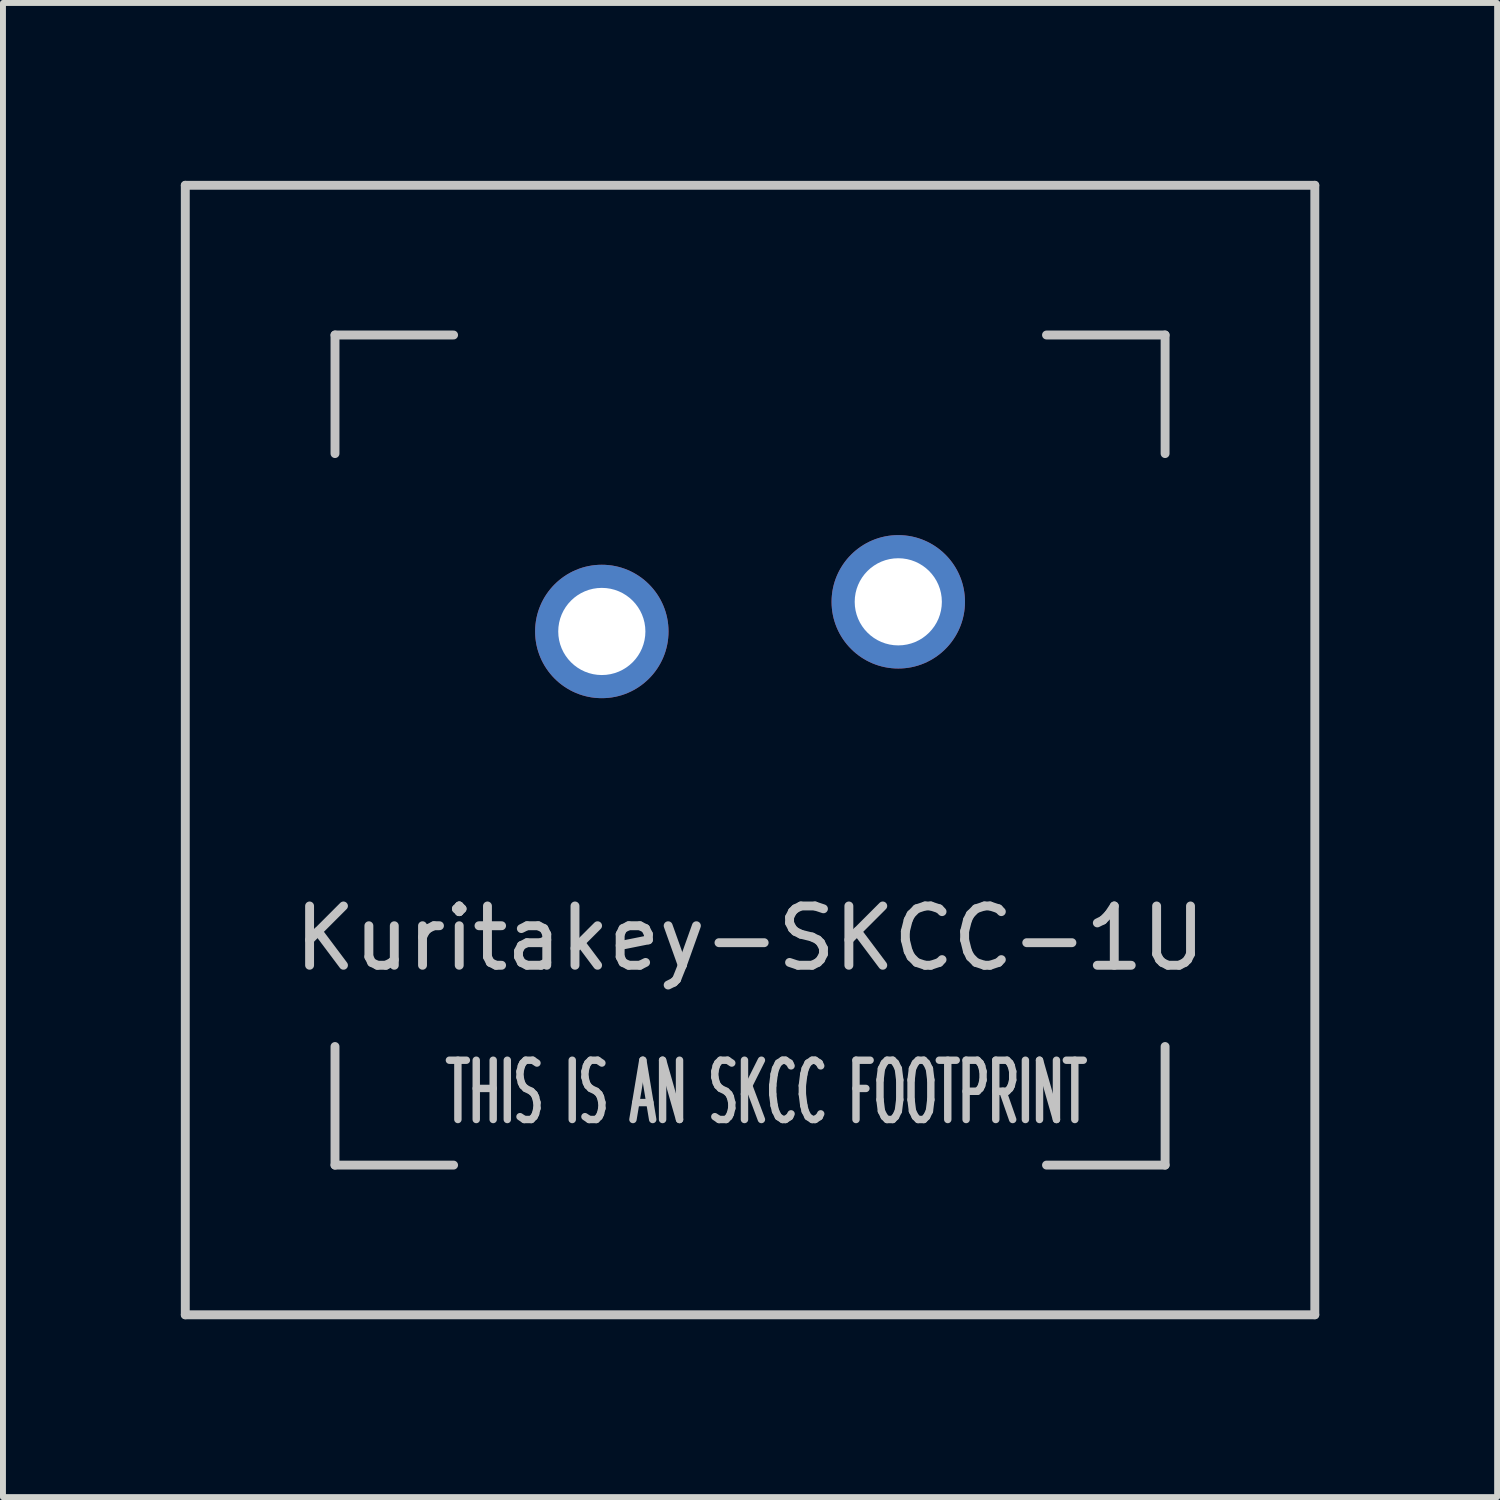
<source format=kicad_pcb>
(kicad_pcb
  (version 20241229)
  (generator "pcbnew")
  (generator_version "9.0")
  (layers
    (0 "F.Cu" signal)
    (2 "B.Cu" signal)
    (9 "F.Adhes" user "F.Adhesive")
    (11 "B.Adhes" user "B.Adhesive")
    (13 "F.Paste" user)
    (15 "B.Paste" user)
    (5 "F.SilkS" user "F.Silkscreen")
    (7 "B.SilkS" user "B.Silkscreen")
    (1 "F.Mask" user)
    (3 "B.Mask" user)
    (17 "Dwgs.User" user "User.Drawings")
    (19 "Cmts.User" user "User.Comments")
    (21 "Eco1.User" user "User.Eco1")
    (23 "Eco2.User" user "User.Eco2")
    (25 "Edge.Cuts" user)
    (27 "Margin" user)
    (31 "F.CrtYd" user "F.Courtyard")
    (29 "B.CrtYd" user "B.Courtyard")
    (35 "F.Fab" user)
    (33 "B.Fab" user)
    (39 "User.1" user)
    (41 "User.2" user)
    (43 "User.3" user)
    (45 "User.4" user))
  (footprint "Kuritakey-SKCC-1U"
    (layer "F.Cu")
    (at 9.6 9.6)
    (property "Reference" "Kuritakey-SKCC-1U" (at 0 3.175 0) (layer "Dwgs.User") (effects (font (size 1 1) (thickness 0.15))))
    (attr through_hole)
    (fp_line (start -9.525 -9.525) (end 9.525 -9.525) (stroke (width 0.15) (type solid)) (layer "Dwgs.User"))
    (fp_line (start -9.525 9.525) (end -9.525 -9.525) (stroke (width 0.15) (type solid)) (layer "Dwgs.User"))
    (fp_line (start -9.525 9.525) (end 9.525 9.525) (stroke (width 0.15) (type solid)) (layer "Dwgs.User"))
    (fp_line (start -7 -7) (end -7 -5) (stroke (width 0.15) (type solid)) (layer "Dwgs.User"))
    (fp_line (start -7 5) (end -7 7) (stroke (width 0.15) (type solid)) (layer "Dwgs.User"))
    (fp_line (start -7 7) (end -5 7) (stroke (width 0.15) (type solid)) (layer "Dwgs.User"))
    (fp_line (start -5 -7) (end -7 -7) (stroke (width 0.15) (type solid)) (layer "Dwgs.User"))
    (fp_line (start 5 -7) (end 7 -7) (stroke (width 0.15) (type solid)) (layer "Dwgs.User"))
    (fp_line (start 5 7) (end 7 7) (stroke (width 0.15) (type solid)) (layer "Dwgs.User"))
    (fp_line (start 7 -7) (end 7 -5) (stroke (width 0.15) (type solid)) (layer "Dwgs.User"))
    (fp_line (start 7 7) (end 7 5) (stroke (width 0.15) (type solid)) (layer "Dwgs.User"))
    (fp_line (start 9.525 -9.525) (end 9.525 9.525) (stroke (width 0.15) (type solid)) (layer "Dwgs.User"))
    (fp_text user "THIS IS AN SKCC FOOTPRINT" (at 0.275 5.775 0) (layer "Dwgs.User") (effects (font (size 1 0.5) (thickness 0.125))))
    (pad "1" thru_hole circle (at -2.5 -2) (size 2.25 2.25) (drill 1.47) (layers "*.Cu" "*.Mask"))
    (pad "2" thru_hole circle (at 2.5 -2.5) (size 2.25 2.25) (drill 1.47) (layers "*.Cu" "*.Mask")))
  (gr_rect
    (start -3 -3)
    (end 22.2 22.2)
    (stroke (width 0.1) (type default))
    (fill no)
    (layer "Edge.Cuts")))
</source>
